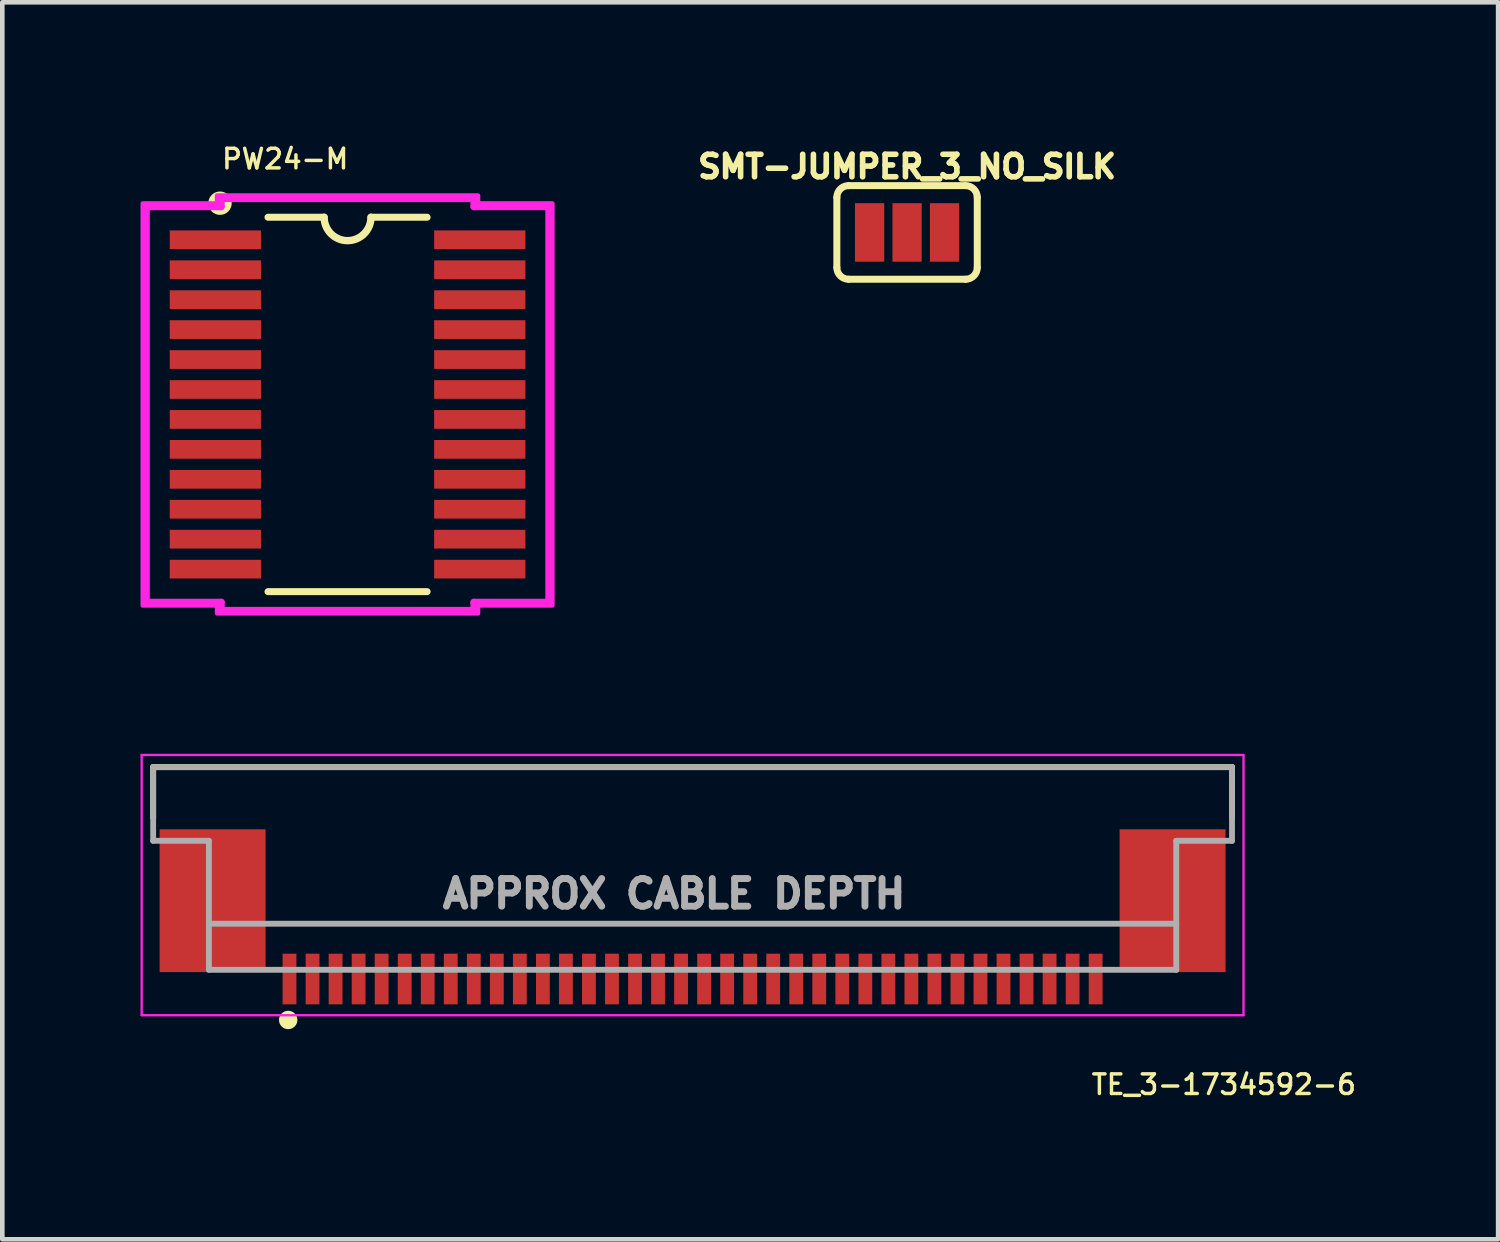
<source format=kicad_pcb>
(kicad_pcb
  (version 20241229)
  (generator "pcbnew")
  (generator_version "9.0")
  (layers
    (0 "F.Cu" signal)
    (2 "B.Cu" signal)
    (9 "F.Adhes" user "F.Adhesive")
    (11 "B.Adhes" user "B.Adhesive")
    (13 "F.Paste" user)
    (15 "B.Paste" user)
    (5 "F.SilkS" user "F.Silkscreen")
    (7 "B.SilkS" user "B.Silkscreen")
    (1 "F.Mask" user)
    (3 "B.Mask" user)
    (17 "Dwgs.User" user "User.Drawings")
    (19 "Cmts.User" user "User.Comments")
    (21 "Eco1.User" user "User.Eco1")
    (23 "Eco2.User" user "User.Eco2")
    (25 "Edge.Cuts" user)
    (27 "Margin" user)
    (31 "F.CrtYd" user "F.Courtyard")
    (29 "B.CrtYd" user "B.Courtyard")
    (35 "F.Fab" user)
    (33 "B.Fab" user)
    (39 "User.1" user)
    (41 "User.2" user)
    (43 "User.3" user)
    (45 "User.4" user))
  (footprint "PW24-M"
    (layer "F.Cu")
    (at 4.495 5.73)
    (property "Reference" "PW24-M" (at -2.769 -5.08 0) (unlocked yes) (layer "F.SilkS") (effects (font (size 0.425 0.425) (thickness 0.075)) (justify left bottom)))
    (fp_line (start -1.727 4.064) (end 1.727 4.064) (stroke (width 0.152) (type solid)) (layer "F.SilkS"))
    (fp_line (start -0.508 -4.064) (end -1.727 -4.064) (stroke (width 0.152) (type solid)) (layer "F.SilkS"))
    (fp_line (start 1.727 -4.064) (end 0.508 -4.064) (stroke (width 0.152) (type solid)) (layer "F.SilkS"))
    (fp_arc (start 0.508 -4.064) (mid 0 -3.556) (end -0.508 -4.064) (stroke (width 0.160018) (type solid)) (layer "F.SilkS"))
    (fp_circle (center -2.769 -4.369) (end -2.642 -4.369) (stroke (width 0.254) (type solid)) (fill no) (layer "F.SilkS"))
    (fp_line (start -4.369 -4.293) (end -2.743 -4.293) (stroke (width 0.152) (type solid)) (layer "F.CrtYd"))
    (fp_line (start -4.369 4.293) (end -4.369 -4.293) (stroke (width 0.152) (type solid)) (layer "F.CrtYd"))
    (fp_line (start -4.369 4.293) (end -2.743 4.293) (stroke (width 0.152) (type solid)) (layer "F.CrtYd"))
    (fp_line (start -2.743 -4.47) (end 2.743 -4.47) (stroke (width 0.152) (type solid)) (layer "F.CrtYd"))
    (fp_line (start -2.743 -4.293) (end -2.743 -4.47) (stroke (width 0.152) (type solid)) (layer "F.CrtYd"))
    (fp_line (start -2.743 4.47) (end -2.743 4.293) (stroke (width 0.152) (type solid)) (layer "F.CrtYd"))
    (fp_line (start 2.743 -4.47) (end 2.743 -4.293) (stroke (width 0.152) (type solid)) (layer "F.CrtYd"))
    (fp_line (start 2.743 4.293) (end 2.743 4.47) (stroke (width 0.152) (type solid)) (layer "F.CrtYd"))
    (fp_line (start 2.743 4.47) (end -2.743 4.47) (stroke (width 0.152) (type solid)) (layer "F.CrtYd"))
    (fp_line (start 4.369 -4.293) (end 2.743 -4.293) (stroke (width 0.152) (type solid)) (layer "F.CrtYd"))
    (fp_line (start 4.369 -4.293) (end 4.369 4.293) (stroke (width 0.152) (type solid)) (layer "F.CrtYd"))
    (fp_line (start 4.369 4.293) (end 2.743 4.293) (stroke (width 0.152) (type solid)) (layer "F.CrtYd"))
    (fp_poly (pts (xy 2.832 -4.362) (xy 4.445 -4.362) (xy 4.445 4.362) (xy 2.832 4.362) (xy 2.832 4.534) (xy -2.832 4.534) (xy -2.832 4.362) (xy -4.445 4.362) (xy -4.445 -4.362) (xy -2.832 -4.362) (xy -2.832 -4.534) (xy 2.832 -4.534)) (stroke (width 0.1) (type default)) (fill no) (layer "F.CrtYd"))
    (pad "1" smd rect (at -2.87 -3.575) (size 1.981 0.406) (layers "F.Cu" "F.Mask" "F.Paste"))
    (pad "2" smd rect (at -2.87 -2.925) (size 1.981 0.406) (layers "F.Cu" "F.Mask" "F.Paste"))
    (pad "3" smd rect (at -2.87 -2.275) (size 1.981 0.406) (layers "F.Cu" "F.Mask" "F.Paste"))
    (pad "4" smd rect (at -2.87 -1.625) (size 1.981 0.406) (layers "F.Cu" "F.Mask" "F.Paste"))
    (pad "5" smd rect (at -2.87 -0.975) (size 1.981 0.406) (layers "F.Cu" "F.Mask" "F.Paste"))
    (pad "6" smd rect (at -2.87 -0.325) (size 1.981 0.406) (layers "F.Cu" "F.Mask" "F.Paste"))
    (pad "7" smd rect (at -2.87 0.325) (size 1.981 0.406) (layers "F.Cu" "F.Mask" "F.Paste"))
    (pad "8" smd rect (at -2.87 0.975) (size 1.981 0.406) (layers "F.Cu" "F.Mask" "F.Paste"))
    (pad "9" smd rect (at -2.87 1.625) (size 1.981 0.406) (layers "F.Cu" "F.Mask" "F.Paste"))
    (pad "10" smd rect (at -2.87 2.275) (size 1.981 0.406) (layers "F.Cu" "F.Mask" "F.Paste"))
    (pad "11" smd rect (at -2.87 2.925) (size 1.981 0.406) (layers "F.Cu" "F.Mask" "F.Paste"))
    (pad "12" smd rect (at -2.87 3.575) (size 1.981 0.406) (layers "F.Cu" "F.Mask" "F.Paste"))
    (pad "13" smd rect (at 2.87 3.575) (size 1.981 0.406) (layers "F.Cu" "F.Mask" "F.Paste"))
    (pad "14" smd rect (at 2.87 2.925) (size 1.981 0.406) (layers "F.Cu" "F.Mask" "F.Paste"))
    (pad "15" smd rect (at 2.87 2.275) (size 1.981 0.406) (layers "F.Cu" "F.Mask" "F.Paste"))
    (pad "16" smd rect (at 2.87 1.625) (size 1.981 0.406) (layers "F.Cu" "F.Mask" "F.Paste"))
    (pad "17" smd rect (at 2.87 0.975) (size 1.981 0.406) (layers "F.Cu" "F.Mask" "F.Paste"))
    (pad "18" smd rect (at 2.87 0.325) (size 1.981 0.406) (layers "F.Cu" "F.Mask" "F.Paste"))
    (pad "19" smd rect (at 2.87 -0.325) (size 1.981 0.406) (layers "F.Cu" "F.Mask" "F.Paste"))
    (pad "20" smd rect (at 2.87 -0.975) (size 1.981 0.406) (layers "F.Cu" "F.Mask" "F.Paste"))
    (pad "21" smd rect (at 2.87 -1.625) (size 1.981 0.406) (layers "F.Cu" "F.Mask" "F.Paste"))
    (pad "22" smd rect (at 2.87 -2.275) (size 1.981 0.406) (layers "F.Cu" "F.Mask" "F.Paste"))
    (pad "23" smd rect (at 2.87 -2.925) (size 1.981 0.406) (layers "F.Cu" "F.Mask" "F.Paste"))
    (pad "24" smd rect (at 2.87 -3.575) (size 1.981 0.406) (layers "F.Cu" "F.Mask" "F.Paste")))
  (footprint "TE_3-1734592-6"
    (layer "F.Cu")
    (at 11.985 18.203)
    (property "Reference" "TE_3-1734592-6" (at 8.62 2.54 0) (unlocked yes) (layer "F.SilkS") (effects (font (size 0.425 0.425) (thickness 0.075)) (justify left bottom)))
    (fp_line (start -11.71 -4.6) (end -11.71 -3.5) (stroke (width 0.127) (type solid)) (layer "F.SilkS"))
    (fp_line (start 11.71 -4.6) (end -11.71 -4.6) (stroke (width 0.127) (type solid)) (layer "F.SilkS"))
    (fp_line (start 11.71 -3.5) (end 11.71 -4.6) (stroke (width 0.127) (type solid)) (layer "F.SilkS"))
    (fp_circle (center -8.779 0.889) (end -8.679 0.889) (stroke (width 0.2) (type solid)) (fill no) (layer "F.SilkS"))
    (fp_line (start -11.96 -4.864) (end -11.96 0.786) (stroke (width 0.05) (type solid)) (layer "F.CrtYd"))
    (fp_line (start -11.96 0.786) (end 11.96 0.786) (stroke (width 0.05) (type solid)) (layer "F.CrtYd"))
    (fp_line (start 11.96 -4.864) (end -11.96 -4.864) (stroke (width 0.05) (type solid)) (layer "F.CrtYd"))
    (fp_line (start 11.96 0.786) (end 11.96 -4.864) (stroke (width 0.05) (type solid)) (layer "F.CrtYd"))
    (fp_line (start -11.71 -3) (end -11.71 -4.6) (stroke (width 0.127) (type solid)) (layer "F.Fab"))
    (fp_line (start -10.5 -3) (end -11.71 -3) (stroke (width 0.127) (type solid)) (layer "F.Fab"))
    (fp_line (start -10.5 -0.2) (end -10.5 -3) (stroke (width 0.127) (type solid)) (layer "F.Fab"))
    (fp_line (start 10.5 -3) (end 11.71 -3) (stroke (width 0.127) (type solid)) (layer "F.Fab"))
    (fp_line (start 10.5 -1.2) (end -10.5 -1.2) (stroke (width 0.127) (type solid)) (layer "F.Fab"))
    (fp_line (start 10.5 -0.2) (end -10.5 -0.2) (stroke (width 0.127) (type solid)) (layer "F.Fab"))
    (fp_line (start 10.5 -0.2) (end 10.5 -3) (stroke (width 0.127) (type solid)) (layer "F.Fab"))
    (fp_line (start 11.71 -4.6) (end -11.71 -4.6) (stroke (width 0.127) (type solid)) (layer "F.Fab"))
    (fp_line (start 11.71 -3) (end 11.71 -4.6) (stroke (width 0.127) (type solid)) (layer "F.Fab"))
    (fp_text user "APPROX CABLE DEPTH" (at -5.5 -1.5 0) (unlocked yes) (layer "F.Fab") (effects (font (size 0.6 0.6) (thickness 0.15)) (justify left bottom)))
    (pad "1" smd rect (at -8.75 0 90) (size 1.1 0.3) (layers "F.Cu" "F.Mask" "F.Paste"))
    (pad "2" smd rect (at -8.25 0 90) (size 1.1 0.3) (layers "F.Cu" "F.Mask" "F.Paste"))
    (pad "3" smd rect (at -7.75 0 90) (size 1.1 0.3) (layers "F.Cu" "F.Mask" "F.Paste"))
    (pad "4" smd rect (at -7.25 0 90) (size 1.1 0.3) (layers "F.Cu" "F.Mask" "F.Paste"))
    (pad "5" smd rect (at -6.75 0 90) (size 1.1 0.3) (layers "F.Cu" "F.Mask" "F.Paste"))
    (pad "6" smd rect (at -6.25 0 90) (size 1.1 0.3) (layers "F.Cu" "F.Mask" "F.Paste"))
    (pad "7" smd rect (at -5.75 0 90) (size 1.1 0.3) (layers "F.Cu" "F.Mask" "F.Paste"))
    (pad "8" smd rect (at -5.25 0 90) (size 1.1 0.3) (layers "F.Cu" "F.Mask" "F.Paste"))
    (pad "9" smd rect (at -4.75 0 90) (size 1.1 0.3) (layers "F.Cu" "F.Mask" "F.Paste"))
    (pad "10" smd rect (at -4.25 0 90) (size 1.1 0.3) (layers "F.Cu" "F.Mask" "F.Paste"))
    (pad "11" smd rect (at -3.75 0 90) (size 1.1 0.3) (layers "F.Cu" "F.Mask" "F.Paste"))
    (pad "12" smd rect (at -3.25 0 90) (size 1.1 0.3) (layers "F.Cu" "F.Mask" "F.Paste"))
    (pad "13" smd rect (at -2.75 0 90) (size 1.1 0.3) (layers "F.Cu" "F.Mask" "F.Paste"))
    (pad "14" smd rect (at -2.25 0 90) (size 1.1 0.3) (layers "F.Cu" "F.Mask" "F.Paste"))
    (pad "15" smd rect (at -1.75 0 90) (size 1.1 0.3) (layers "F.Cu" "F.Mask" "F.Paste"))
    (pad "16" smd rect (at -1.25 0 90) (size 1.1 0.3) (layers "F.Cu" "F.Mask" "F.Paste"))
    (pad "17" smd rect (at -0.75 0 90) (size 1.1 0.3) (layers "F.Cu" "F.Mask" "F.Paste"))
    (pad "18" smd rect (at -0.25 0 90) (size 1.1 0.3) (layers "F.Cu" "F.Mask" "F.Paste"))
    (pad "19" smd rect (at 0.25 0 90) (size 1.1 0.3) (layers "F.Cu" "F.Mask" "F.Paste"))
    (pad "20" smd rect (at 0.75 0 90) (size 1.1 0.3) (layers "F.Cu" "F.Mask" "F.Paste"))
    (pad "21" smd rect (at 1.25 0 90) (size 1.1 0.3) (layers "F.Cu" "F.Mask" "F.Paste"))
    (pad "22" smd rect (at 1.75 0 90) (size 1.1 0.3) (layers "F.Cu" "F.Mask" "F.Paste"))
    (pad "23" smd rect (at 2.25 0 90) (size 1.1 0.3) (layers "F.Cu" "F.Mask" "F.Paste"))
    (pad "24" smd rect (at 2.75 0 90) (size 1.1 0.3) (layers "F.Cu" "F.Mask" "F.Paste"))
    (pad "25" smd rect (at 3.25 0 90) (size 1.1 0.3) (layers "F.Cu" "F.Mask" "F.Paste"))
    (pad "26" smd rect (at 3.75 0 90) (size 1.1 0.3) (layers "F.Cu" "F.Mask" "F.Paste"))
    (pad "27" smd rect (at 4.25 0 90) (size 1.1 0.3) (layers "F.Cu" "F.Mask" "F.Paste"))
    (pad "28" smd rect (at 4.75 0 90) (size 1.1 0.3) (layers "F.Cu" "F.Mask" "F.Paste"))
    (pad "29" smd rect (at 5.25 0 90) (size 1.1 0.3) (layers "F.Cu" "F.Mask" "F.Paste"))
    (pad "30" smd rect (at 5.75 0 90) (size 1.1 0.3) (layers "F.Cu" "F.Mask" "F.Paste"))
    (pad "31" smd rect (at 6.25 0 90) (size 1.1 0.3) (layers "F.Cu" "F.Mask" "F.Paste"))
    (pad "32" smd rect (at 6.75 0 90) (size 1.1 0.3) (layers "F.Cu" "F.Mask" "F.Paste"))
    (pad "33" smd rect (at 7.25 0 90) (size 1.1 0.3) (layers "F.Cu" "F.Mask" "F.Paste"))
    (pad "34" smd rect (at 7.75 0 90) (size 1.1 0.3) (layers "F.Cu" "F.Mask" "F.Paste"))
    (pad "35" smd rect (at 8.25 0 90) (size 1.1 0.3) (layers "F.Cu" "F.Mask" "F.Paste"))
    (pad "36" smd rect (at 8.75 0 90) (size 1.1 0.3) (layers "F.Cu" "F.Mask" "F.Paste"))
    (pad "S1" smd rect (at 10.42 -1.7 180) (size 2.3 3.1) (layers "F.Cu" "F.Mask" "F.Paste"))
    (pad "S2" smd rect (at -10.42 -1.7 180) (size 2.3 3.1) (layers "F.Cu" "F.Mask" "F.Paste")))
  (footprint "SMT-JUMPER_3_NO_SILK"
    (layer "F.Cu")
    (at 16.641 1.996)
    (property "Reference" "SMT-JUMPER_3_NO_SILK" (at 0 -1.143 0) (unlocked yes) (layer "F.SilkS") (effects (font (size 0.488 0.488) (thickness 0.122)) (justify bottom)))
    (fp_line (start -1.524 0.762) (end -1.524 -0.762) (stroke (width 0.152) (type solid)) (layer "F.SilkS"))
    (fp_line (start -1.27 -1.016) (end 1.27 -1.016) (stroke (width 0.152) (type solid)) (layer "F.SilkS"))
    (fp_line (start 1.27 1.016) (end -1.27 1.016) (stroke (width 0.152) (type solid)) (layer "F.SilkS"))
    (fp_line (start 1.524 0.762) (end 1.524 -0.762) (stroke (width 0.152) (type solid)) (layer "F.SilkS"))
    (fp_arc (start -1.524 -0.762) (mid -1.449605 -0.941605) (end -1.27 -1.016) (stroke (width 0.1524) (type solid)) (layer "F.SilkS"))
    (fp_arc (start -1.27 1.016) (mid -1.449605 0.941605) (end -1.524 0.762) (stroke (width 0.1524) (type solid)) (layer "F.SilkS"))
    (fp_arc (start 1.27 -1.016) (mid 1.449605 -0.941605) (end 1.524 -0.762) (stroke (width 0.1524) (type solid)) (layer "F.SilkS"))
    (fp_arc (start 1.524 0.762) (mid 1.449605 0.941605) (end 1.27 1.016) (stroke (width 0.1524) (type solid)) (layer "F.SilkS"))
    (pad "1" smd rect (at -0.813 0) (size 0.635 1.27) (layers "F.Cu" "F.Mask"))
    (pad "2" smd rect (at 0 0) (size 0.635 1.27) (layers "F.Cu" "F.Mask"))
    (pad "3" smd rect (at 0.813 0) (size 0.635 1.27) (layers "F.Cu" "F.Mask")))
  (gr_rect
    (start -3 -3)
    (end 29.472 23.853)
    (stroke (width 0.1) (type default))
    (fill no)
    (layer "Edge.Cuts")))
</source>
